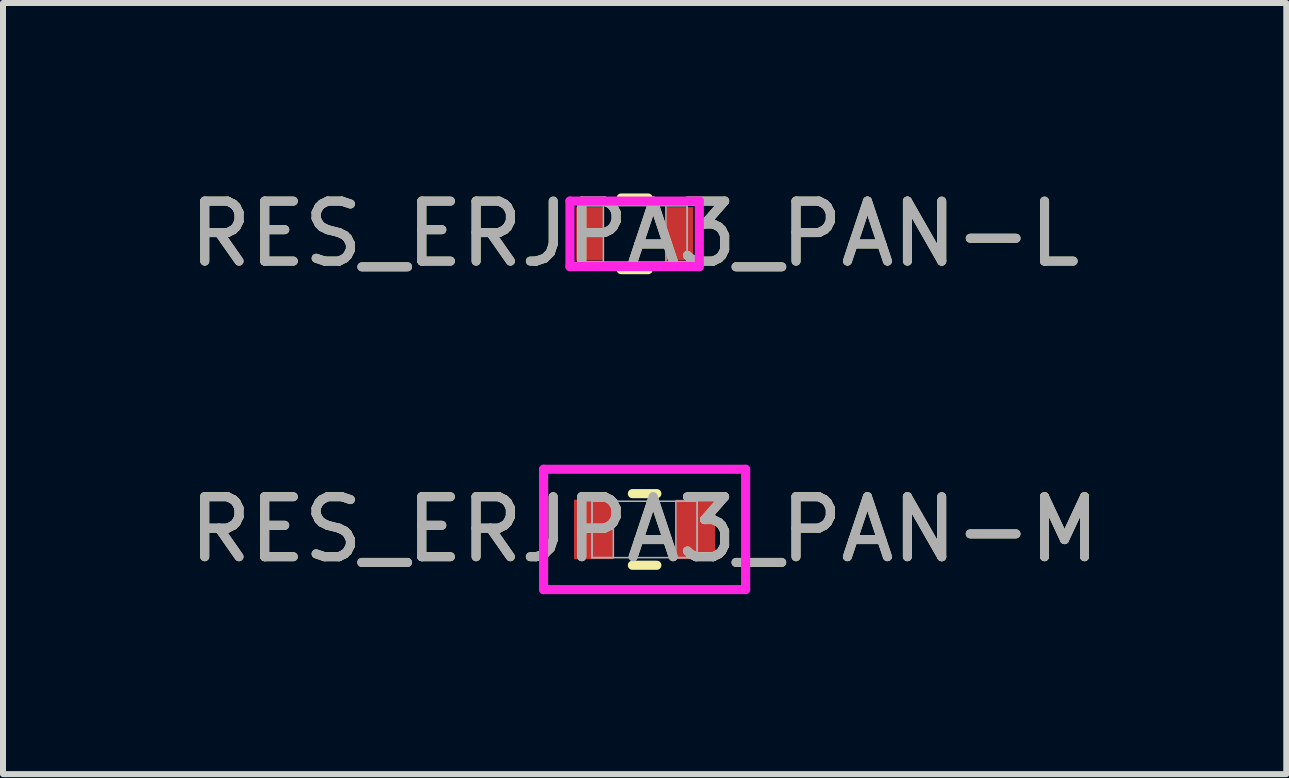
<source format=kicad_pcb>
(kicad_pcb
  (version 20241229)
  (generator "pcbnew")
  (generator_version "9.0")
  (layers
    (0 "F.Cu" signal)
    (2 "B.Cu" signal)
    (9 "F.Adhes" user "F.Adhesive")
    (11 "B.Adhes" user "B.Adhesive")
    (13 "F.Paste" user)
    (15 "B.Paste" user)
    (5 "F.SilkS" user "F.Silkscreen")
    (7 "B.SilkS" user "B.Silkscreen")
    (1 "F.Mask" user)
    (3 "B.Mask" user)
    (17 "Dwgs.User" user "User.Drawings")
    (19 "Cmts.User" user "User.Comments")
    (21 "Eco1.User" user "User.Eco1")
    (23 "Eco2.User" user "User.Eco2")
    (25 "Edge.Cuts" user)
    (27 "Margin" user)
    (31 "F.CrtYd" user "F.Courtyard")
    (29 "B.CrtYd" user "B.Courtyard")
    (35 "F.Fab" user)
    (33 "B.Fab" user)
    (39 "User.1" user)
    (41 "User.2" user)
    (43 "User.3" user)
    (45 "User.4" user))
  (footprint "RES_ERJPA3_PAN-M"
    (layer "F.Cu")
    (at 7.696 5.776)
    (property "Reference" "RES_ERJPA3_PAN-M" (at 0 0 0) (unlocked yes) (layer "F.SilkS") (effects (font (size 1 1) (thickness 0.15))))
    (attr smd)
    (fp_line (start -0.204 0.597) (end 0.204 0.597) (stroke (width 0.152) (type solid)) (layer "F.SilkS"))
    (fp_line (start 0.204 -0.597) (end -0.204 -0.597) (stroke (width 0.152) (type solid)) (layer "F.SilkS"))
    (fp_line (start -1.684 -1.003) (end 1.684 -1.003) (stroke (width 0.152) (type solid)) (layer "F.CrtYd"))
    (fp_line (start -1.684 1.003) (end -1.684 -1.003) (stroke (width 0.152) (type solid)) (layer "F.CrtYd"))
    (fp_line (start 1.684 -1.003) (end 1.684 1.003) (stroke (width 0.152) (type solid)) (layer "F.CrtYd"))
    (fp_line (start 1.684 1.003) (end -1.684 1.003) (stroke (width 0.152) (type solid)) (layer "F.CrtYd"))
    (fp_line (start -0.876 -0.47) (end -0.876 0.47) (stroke (width 0.025) (type solid)) (layer "F.Fab"))
    (fp_line (start -0.876 -0.47) (end -0.876 0.47) (stroke (width 0.025) (type solid)) (layer "F.Fab"))
    (fp_line (start -0.876 0.47) (end -0.521 0.47) (stroke (width 0.025) (type solid)) (layer "F.Fab"))
    (fp_line (start -0.876 0.47) (end 0.876 0.47) (stroke (width 0.025) (type solid)) (layer "F.Fab"))
    (fp_line (start -0.521 -0.47) (end -0.876 -0.47) (stroke (width 0.025) (type solid)) (layer "F.Fab"))
    (fp_line (start -0.521 0.47) (end -0.521 -0.47) (stroke (width 0.025) (type solid)) (layer "F.Fab"))
    (fp_line (start 0.521 -0.47) (end 0.521 0.47) (stroke (width 0.025) (type solid)) (layer "F.Fab"))
    (fp_line (start 0.521 0.47) (end 0.876 0.47) (stroke (width 0.025) (type solid)) (layer "F.Fab"))
    (fp_line (start 0.876 -0.47) (end -0.876 -0.47) (stroke (width 0.025) (type solid)) (layer "F.Fab"))
    (fp_line (start 0.876 -0.47) (end 0.521 -0.47) (stroke (width 0.025) (type solid)) (layer "F.Fab"))
    (fp_line (start 0.876 0.47) (end 0.876 -0.47) (stroke (width 0.025) (type solid)) (layer "F.Fab"))
    (fp_line (start 0.876 0.47) (end 0.876 -0.47) (stroke (width 0.025) (type solid)) (layer "F.Fab"))
    (fp_text user "${REFERENCE}" (at 0 0 0) (unlocked yes) (layer "F.Fab") (effects (font (size 1 1) (thickness 0.15))))
    (pad "1" smd rect (at -0.849 0) (size 0.656 0.99) (layers "F.Cu" "F.Mask" "F.Paste"))
    (pad "2" smd rect (at 0.849 0) (size 0.656 0.99) (layers "F.Cu" "F.Mask" "F.Paste"))
    (zone (net_name "") (layer "F.Cu") (hatch full 0.508) (connect_pads) (min_thickness 0.254) (filled_areas_thickness no) (keepout (tracks not_allowed) (vias not_allowed) (pads allowed) (copperpour not_allowed) (footprints allowed)) (placement (enabled no)) (fill) (polygon (pts (xy 7.227 5.356) (xy 8.166 5.356) (xy 8.166 6.195) (xy 7.227 6.195)))))
  (footprint "RES_ERJPA3_PAN-L"
    (layer "F.Cu")
    (at 7.53 0.848)
    (property "Reference" "RES_ERJPA3_PAN-L" (at 0 0 0) (unlocked yes) (layer "F.SilkS") (effects (font (size 1 1) (thickness 0.15))))
    (attr smd)
    (fp_line (start -0.225 0.597) (end 0.225 0.597) (stroke (width 0.152) (type solid)) (layer "F.SilkS"))
    (fp_line (start 0.225 -0.597) (end -0.225 -0.597) (stroke (width 0.152) (type solid)) (layer "F.SilkS"))
    (fp_line (start -1.078 -0.546) (end 1.078 -0.546) (stroke (width 0.152) (type solid)) (layer "F.CrtYd"))
    (fp_line (start -1.078 0.546) (end -1.078 -0.546) (stroke (width 0.152) (type solid)) (layer "F.CrtYd"))
    (fp_line (start 1.078 -0.546) (end 1.078 0.546) (stroke (width 0.152) (type solid)) (layer "F.CrtYd"))
    (fp_line (start 1.078 0.546) (end -1.078 0.546) (stroke (width 0.152) (type solid)) (layer "F.CrtYd"))
    (fp_line (start -0.876 -0.47) (end -0.876 0.47) (stroke (width 0.025) (type solid)) (layer "F.Fab"))
    (fp_line (start -0.876 -0.47) (end -0.876 0.47) (stroke (width 0.025) (type solid)) (layer "F.Fab"))
    (fp_line (start -0.876 0.47) (end -0.521 0.47) (stroke (width 0.025) (type solid)) (layer "F.Fab"))
    (fp_line (start -0.876 0.47) (end 0.876 0.47) (stroke (width 0.025) (type solid)) (layer "F.Fab"))
    (fp_line (start -0.521 -0.47) (end -0.876 -0.47) (stroke (width 0.025) (type solid)) (layer "F.Fab"))
    (fp_line (start -0.521 0.47) (end -0.521 -0.47) (stroke (width 0.025) (type solid)) (layer "F.Fab"))
    (fp_line (start 0.521 -0.47) (end 0.521 0.47) (stroke (width 0.025) (type solid)) (layer "F.Fab"))
    (fp_line (start 0.521 0.47) (end 0.876 0.47) (stroke (width 0.025) (type solid)) (layer "F.Fab"))
    (fp_line (start 0.876 -0.47) (end -0.876 -0.47) (stroke (width 0.025) (type solid)) (layer "F.Fab"))
    (fp_line (start 0.876 -0.47) (end 0.521 -0.47) (stroke (width 0.025) (type solid)) (layer "F.Fab"))
    (fp_line (start 0.876 0.47) (end 0.876 -0.47) (stroke (width 0.025) (type solid)) (layer "F.Fab"))
    (fp_line (start 0.876 0.47) (end 0.876 -0.47) (stroke (width 0.025) (type solid)) (layer "F.Fab"))
    (fp_text user "${REFERENCE}" (at 0 0 0) (unlocked yes) (layer "F.Fab") (effects (font (size 1 1) (thickness 0.15))))
    (pad "1" smd rect (at -0.749 0) (size 0.456 0.89) (layers "F.Cu" "F.Mask" "F.Paste"))
    (pad "2" smd rect (at 0.749 0) (size 0.456 0.89) (layers "F.Cu" "F.Mask" "F.Paste"))
    (zone (net_name "") (layer "F.Cu") (hatch full 0.508) (connect_pads) (min_thickness 0.254) (filled_areas_thickness no) (keepout (tracks not_allowed) (vias not_allowed) (pads allowed) (copperpour not_allowed) (footprints allowed)) (placement (enabled no)) (fill) (polygon (pts (xy 7.06 0.429) (xy 8 0.429) (xy 8 1.267) (xy 7.06 1.267)))))
  (gr_rect
    (start -3 -3)
    (end 18.393 9.855)
    (stroke (width 0.1) (type default))
    (fill no)
    (layer "Edge.Cuts")))
</source>
